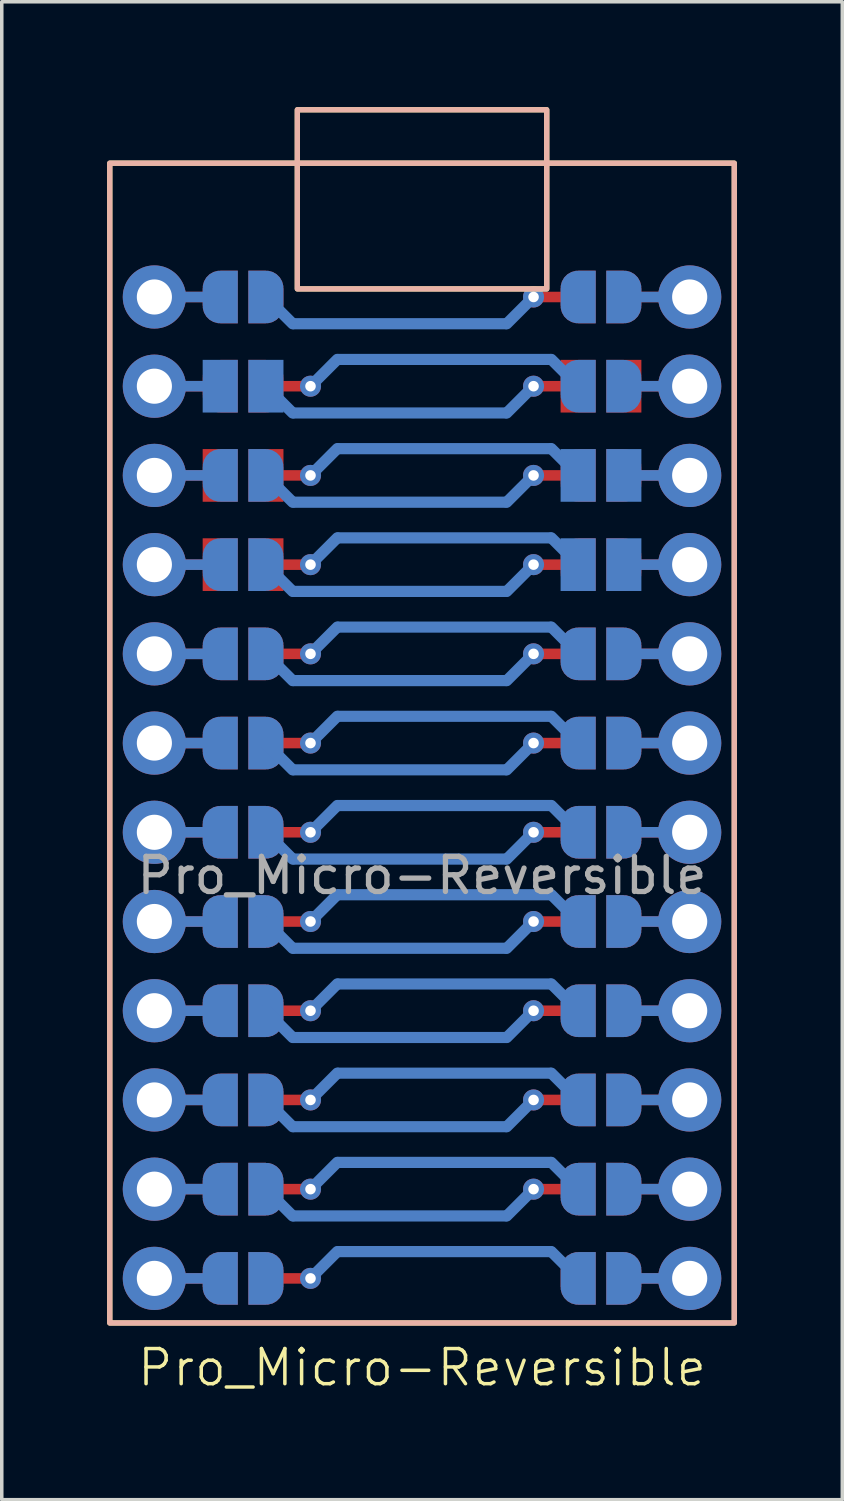
<source format=kicad_pcb>
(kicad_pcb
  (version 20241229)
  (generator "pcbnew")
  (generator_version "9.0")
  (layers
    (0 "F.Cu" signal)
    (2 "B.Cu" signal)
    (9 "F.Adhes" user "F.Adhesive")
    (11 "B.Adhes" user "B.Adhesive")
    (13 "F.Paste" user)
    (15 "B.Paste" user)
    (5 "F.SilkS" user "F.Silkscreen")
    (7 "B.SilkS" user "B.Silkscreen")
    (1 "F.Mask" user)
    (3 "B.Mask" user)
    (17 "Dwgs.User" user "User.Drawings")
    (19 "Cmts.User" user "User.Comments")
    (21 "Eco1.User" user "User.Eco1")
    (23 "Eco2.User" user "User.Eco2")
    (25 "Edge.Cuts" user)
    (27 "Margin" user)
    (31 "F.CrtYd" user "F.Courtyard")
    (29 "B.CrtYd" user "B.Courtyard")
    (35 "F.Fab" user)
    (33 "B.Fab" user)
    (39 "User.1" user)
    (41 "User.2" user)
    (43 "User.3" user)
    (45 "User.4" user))
  (footprint "Pro_Micro-Reversible"
    (layer "F.Cu")
    (at 8.965 19.375)
    (property "Reference" "Pro_Micro-Reversible" (at 0 16.51 0) (unlocked yes) (layer "F.SilkS") (effects (font (size 1 1) (thickness 0.1))))
    (attr through_hole)
    (fp_line (start -7.62 -13.97) (end -5.745 -13.97) (stroke (width 0.3) (type default)) (layer "F.Cu"))
    (fp_line (start -7.62 -11.43) (end -5.745 -11.43) (stroke (width 0.3) (type default)) (layer "F.Cu"))
    (fp_line (start -7.62 -6.35) (end -5.745 -6.35) (stroke (width 0.3) (type default)) (layer "F.Cu"))
    (fp_line (start -7.62 -3.81) (end -5.745 -3.81) (stroke (width 0.3) (type default)) (layer "F.Cu"))
    (fp_line (start -7.62 -1.27) (end -5.745 -1.27) (stroke (width 0.3) (type default)) (layer "F.Cu"))
    (fp_line (start -7.62 1.27) (end -5.745 1.27) (stroke (width 0.3) (type default)) (layer "F.Cu"))
    (fp_line (start -7.62 3.81) (end -5.745 3.81) (stroke (width 0.3) (type default)) (layer "F.Cu"))
    (fp_line (start -7.62 8.89) (end -5.745 8.89) (stroke (width 0.3) (type default)) (layer "F.Cu"))
    (fp_line (start -7.62 11.43) (end -5.745 11.43) (stroke (width 0.3) (type default)) (layer "F.Cu"))
    (fp_line (start -7.62 13.97) (end -5.745 13.97) (stroke (width 0.3) (type default)) (layer "F.Cu"))
    (fp_line (start -5.745 -8.89) (end -7.62 -8.89) (stroke (width 0.3) (type default)) (layer "F.Cu"))
    (fp_line (start -5.745 6.35) (end -7.62 6.35) (stroke (width 0.3) (type default)) (layer "F.Cu"))
    (fp_line (start 5.745 -13.97) (end 7.62 -13.97) (stroke (width 0.3) (type default)) (layer "F.Cu"))
    (fp_line (start 5.745 -11.43) (end 7.62 -11.43) (stroke (width 0.3) (type default)) (layer "F.Cu"))
    (fp_line (start 5.745 -6.35) (end 7.62 -6.35) (stroke (width 0.3) (type default)) (layer "F.Cu"))
    (fp_line (start 5.745 -3.81) (end 7.62 -3.81) (stroke (width 0.3) (type default)) (layer "F.Cu"))
    (fp_line (start 5.745 -1.27) (end 7.62 -1.27) (stroke (width 0.3) (type default)) (layer "F.Cu"))
    (fp_line (start 5.745 1.27) (end 7.62 1.27) (stroke (width 0.3) (type default)) (layer "F.Cu"))
    (fp_line (start 5.745 3.81) (end 7.62 3.81) (stroke (width 0.3) (type default)) (layer "F.Cu"))
    (fp_line (start 5.745 8.89) (end 7.62 8.89) (stroke (width 0.3) (type default)) (layer "F.Cu"))
    (fp_line (start 5.745 11.43) (end 7.62 11.43) (stroke (width 0.3) (type default)) (layer "F.Cu"))
    (fp_line (start 5.745 13.97) (end 7.62 13.97) (stroke (width 0.3) (type default)) (layer "F.Cu"))
    (fp_line (start 7.62 -8.89) (end 5.745 -8.89) (stroke (width 0.3) (type default)) (layer "F.Cu"))
    (fp_line (start 7.62 6.35) (end 5.745 6.35) (stroke (width 0.3) (type default)) (layer "F.Cu"))
    (fp_rect (start -5.745 -14.72) (end -4.445 -13.22) (stroke (width 0) (type solid)) (fill yes) (layer "F.Mask"))
    (fp_rect (start -5.745 -12.18) (end -4.445 -10.68) (stroke (width 0) (type solid)) (fill yes) (layer "F.Mask"))
    (fp_rect (start -5.745 -9.64) (end -4.445 -8.14) (stroke (width 0) (type solid)) (fill yes) (layer "F.Mask"))
    (fp_rect (start -5.745 -7.1) (end -4.445 -5.6) (stroke (width 0) (type solid)) (fill yes) (layer "F.Mask"))
    (fp_rect (start -5.745 -4.56) (end -4.445 -3.06) (stroke (width 0) (type solid)) (fill yes) (layer "F.Mask"))
    (fp_rect (start -5.745 -2.02) (end -4.445 -0.52) (stroke (width 0) (type solid)) (fill yes) (layer "F.Mask"))
    (fp_rect (start -5.745 0.52) (end -4.445 2.02) (stroke (width 0) (type solid)) (fill yes) (layer "F.Mask"))
    (fp_rect (start -5.745 3.06) (end -4.445 4.56) (stroke (width 0) (type solid)) (fill yes) (layer "F.Mask"))
    (fp_rect (start -5.745 5.6) (end -4.445 7.1) (stroke (width 0) (type solid)) (fill yes) (layer "F.Mask"))
    (fp_rect (start -5.745 8.14) (end -4.445 9.64) (stroke (width 0) (type solid)) (fill yes) (layer "F.Mask"))
    (fp_rect (start -5.745 10.68) (end -4.445 12.18) (stroke (width 0) (type solid)) (fill yes) (layer "F.Mask"))
    (fp_rect (start -5.745 13.22) (end -4.445 14.72) (stroke (width 0) (type solid)) (fill yes) (layer "F.Mask"))
    (fp_rect (start 4.445 -14.72) (end 5.745 -13.22) (stroke (width 0) (type solid)) (fill yes) (layer "F.Mask"))
    (fp_rect (start 4.445 -12.18) (end 5.745 -10.68) (stroke (width 0) (type solid)) (fill yes) (layer "F.Mask"))
    (fp_rect (start 4.445 -9.64) (end 5.745 -8.14) (stroke (width 0) (type solid)) (fill yes) (layer "F.Mask"))
    (fp_rect (start 4.445 -7.1) (end 5.745 -5.6) (stroke (width 0) (type solid)) (fill yes) (layer "F.Mask"))
    (fp_rect (start 4.445 -4.56) (end 5.745 -3.06) (stroke (width 0) (type solid)) (fill yes) (layer "F.Mask"))
    (fp_rect (start 4.445 -2.02) (end 5.745 -0.52) (stroke (width 0) (type solid)) (fill yes) (layer "F.Mask"))
    (fp_rect (start 4.445 0.52) (end 5.745 2.02) (stroke (width 0) (type solid)) (fill yes) (layer "F.Mask"))
    (fp_rect (start 4.445 3.06) (end 5.745 4.56) (stroke (width 0) (type solid)) (fill yes) (layer "F.Mask"))
    (fp_rect (start 4.445 5.6) (end 5.745 7.1) (stroke (width 0) (type solid)) (fill yes) (layer "F.Mask"))
    (fp_rect (start 4.445 8.14) (end 5.745 9.64) (stroke (width 0) (type solid)) (fill yes) (layer "F.Mask"))
    (fp_rect (start 4.445 10.68) (end 5.745 12.18) (stroke (width 0) (type solid)) (fill yes) (layer "F.Mask"))
    (fp_rect (start 4.445 13.22) (end 5.745 14.72) (stroke (width 0) (type solid)) (fill yes) (layer "F.Mask"))
    (fp_line (start -7.62 -8.89) (end -5.745 -8.89) (stroke (width 0.3) (type default)) (layer "B.Cu"))
    (fp_line (start -7.62 6.35) (end -5.745 6.35) (stroke (width 0.3) (type default)) (layer "B.Cu"))
    (fp_line (start -5.745 -13.97) (end -7.62 -13.97) (stroke (width 0.3) (type default)) (layer "B.Cu"))
    (fp_line (start -5.745 -11.43) (end -7.62 -11.43) (stroke (width 0.3) (type default)) (layer "B.Cu"))
    (fp_line (start -5.745 -6.35) (end -7.62 -6.35) (stroke (width 0.3) (type default)) (layer "B.Cu"))
    (fp_line (start -5.745 -3.81) (end -7.62 -3.81) (stroke (width 0.3) (type default)) (layer "B.Cu"))
    (fp_line (start -5.745 -1.27) (end -7.62 -1.27) (stroke (width 0.3) (type default)) (layer "B.Cu"))
    (fp_line (start -5.745 1.27) (end -7.62 1.27) (stroke (width 0.3) (type default)) (layer "B.Cu"))
    (fp_line (start -5.745 3.81) (end -7.62 3.81) (stroke (width 0.3) (type default)) (layer "B.Cu"))
    (fp_line (start -5.745 8.89) (end -7.62 8.89) (stroke (width 0.3) (type default)) (layer "B.Cu"))
    (fp_line (start -5.745 11.43) (end -7.62 11.43) (stroke (width 0.3) (type default)) (layer "B.Cu"))
    (fp_line (start -5.745 13.97) (end -7.62 13.97) (stroke (width 0.3) (type default)) (layer "B.Cu"))
    (fp_line (start 5.745 -8.89) (end 7.62 -8.89) (stroke (width 0.3) (type default)) (layer "B.Cu"))
    (fp_line (start 5.745 6.35) (end 7.62 6.35) (stroke (width 0.3) (type default)) (layer "B.Cu"))
    (fp_line (start 7.62 -13.97) (end 5.745 -13.97) (stroke (width 0.3) (type default)) (layer "B.Cu"))
    (fp_line (start 7.62 -11.43) (end 5.745 -11.43) (stroke (width 0.3) (type default)) (layer "B.Cu"))
    (fp_line (start 7.62 -6.35) (end 5.745 -6.35) (stroke (width 0.3) (type default)) (layer "B.Cu"))
    (fp_line (start 7.62 -3.81) (end 5.745 -3.81) (stroke (width 0.3) (type default)) (layer "B.Cu"))
    (fp_line (start 7.62 -1.27) (end 5.745 -1.27) (stroke (width 0.3) (type default)) (layer "B.Cu"))
    (fp_line (start 7.62 1.27) (end 5.745 1.27) (stroke (width 0.3) (type default)) (layer "B.Cu"))
    (fp_line (start 7.62 3.81) (end 5.745 3.81) (stroke (width 0.3) (type default)) (layer "B.Cu"))
    (fp_line (start 7.62 8.89) (end 5.745 8.89) (stroke (width 0.3) (type default)) (layer "B.Cu"))
    (fp_line (start 7.62 11.43) (end 5.745 11.43) (stroke (width 0.3) (type default)) (layer "B.Cu"))
    (fp_line (start 7.62 13.97) (end 5.745 13.97) (stroke (width 0.3) (type default)) (layer "B.Cu"))
    (fp_rect (start -5.745 -14.72) (end -4.445 -13.22) (stroke (width 0) (type solid)) (fill yes) (layer "B.Mask"))
    (fp_rect (start -5.745 -12.18) (end -4.445 -10.68) (stroke (width 0) (type solid)) (fill yes) (layer "B.Mask"))
    (fp_rect (start -5.745 -9.64) (end -4.445 -8.14) (stroke (width 0) (type solid)) (fill yes) (layer "B.Mask"))
    (fp_rect (start -5.745 -7.1) (end -4.445 -5.6) (stroke (width 0) (type solid)) (fill yes) (layer "B.Mask"))
    (fp_rect (start -5.745 -4.56) (end -4.445 -3.06) (stroke (width 0) (type solid)) (fill yes) (layer "B.Mask"))
    (fp_rect (start -5.745 -2.02) (end -4.445 -0.52) (stroke (width 0) (type solid)) (fill yes) (layer "B.Mask"))
    (fp_rect (start -5.745 0.52) (end -4.445 2.02) (stroke (width 0) (type solid)) (fill yes) (layer "B.Mask"))
    (fp_rect (start -5.745 3.06) (end -4.445 4.56) (stroke (width 0) (type solid)) (fill yes) (layer "B.Mask"))
    (fp_rect (start -5.745 5.6) (end -4.445 7.1) (stroke (width 0) (type solid)) (fill yes) (layer "B.Mask"))
    (fp_rect (start -5.745 8.14) (end -4.445 9.64) (stroke (width 0) (type solid)) (fill yes) (layer "B.Mask"))
    (fp_rect (start -5.745 10.68) (end -4.445 12.18) (stroke (width 0) (type solid)) (fill yes) (layer "B.Mask"))
    (fp_rect (start -5.745 13.22) (end -4.445 14.72) (stroke (width 0) (type solid)) (fill yes) (layer "B.Mask"))
    (fp_rect (start 4.445 -14.72) (end 5.745 -13.22) (stroke (width 0) (type solid)) (fill yes) (layer "B.Mask"))
    (fp_rect (start 4.445 -12.18) (end 5.745 -10.68) (stroke (width 0) (type solid)) (fill yes) (layer "B.Mask"))
    (fp_rect (start 4.445 -9.64) (end 5.745 -8.14) (stroke (width 0) (type solid)) (fill yes) (layer "B.Mask"))
    (fp_rect (start 4.445 -7.1) (end 5.745 -5.6) (stroke (width 0) (type solid)) (fill yes) (layer "B.Mask"))
    (fp_rect (start 4.445 -4.56) (end 5.745 -3.06) (stroke (width 0) (type solid)) (fill yes) (layer "B.Mask"))
    (fp_rect (start 4.445 -2.02) (end 5.745 -0.52) (stroke (width 0) (type solid)) (fill yes) (layer "B.Mask"))
    (fp_rect (start 4.445 0.52) (end 5.745 2.02) (stroke (width 0) (type solid)) (fill yes) (layer "B.Mask"))
    (fp_rect (start 4.445 3.06) (end 5.745 4.56) (stroke (width 0) (type solid)) (fill yes) (layer "B.Mask"))
    (fp_rect (start 4.445 5.6) (end 5.745 7.1) (stroke (width 0) (type solid)) (fill yes) (layer "B.Mask"))
    (fp_rect (start 4.445 8.14) (end 5.745 9.64) (stroke (width 0) (type solid)) (fill yes) (layer "B.Mask"))
    (fp_rect (start 4.445 10.68) (end 5.745 12.18) (stroke (width 0) (type solid)) (fill yes) (layer "B.Mask"))
    (fp_rect (start 4.445 13.22) (end 5.745 14.72) (stroke (width 0) (type solid)) (fill yes) (layer "B.Mask"))
    (fp_rect (start -8.89 -17.78) (end 8.89 15.24) (stroke (width 0.15) (type solid)) (fill no) (layer "F.SilkS"))
    (fp_rect (start -3.55 -19.3) (end 3.55 -14.2) (stroke (width 0.15) (type default)) (fill no) (layer "F.SilkS"))
    (fp_rect (start -8.89 -17.78) (end 8.89 15.24) (stroke (width 0.15) (type solid)) (fill no) (layer "B.SilkS"))
    (fp_rect (start -3.55 -19.3) (end 3.55 -14.2) (stroke (width 0.15) (type default)) (fill no) (layer "B.SilkS"))
    (fp_text user "${REFERENCE}" (at 0 2.5 0) (unlocked yes) (layer "F.Fab") (effects (font (size 1 1) (thickness 0.15))))
    (pad "" thru_hole circle (at -7.62 -13.97) (size 1.8 1.8) (drill 1) (layers "*.Cu" "B.Mask"))
    (pad "" thru_hole circle (at -7.62 -11.43) (size 1.8 1.8) (drill 1) (layers "*.Cu" "B.Mask"))
    (pad "" thru_hole circle (at -7.62 -8.89) (size 1.8 1.8) (drill 1) (layers "*.Cu" "B.Mask"))
    (pad "" thru_hole circle (at -7.62 -6.35) (size 1.8 1.8) (drill 1) (layers "*.Cu" "B.Mask"))
    (pad "" thru_hole circle (at -7.62 -3.81) (size 1.8 1.8) (drill 1) (layers "*.Cu" "B.Mask"))
    (pad "" thru_hole circle (at -7.62 -1.27) (size 1.8 1.8) (drill 1) (layers "*.Cu" "B.Mask"))
    (pad "" thru_hole circle (at -7.62 1.27) (size 1.8 1.8) (drill 1) (layers "*.Cu" "B.Mask"))
    (pad "" thru_hole circle (at -7.62 3.81) (size 1.8 1.8) (drill 1) (layers "*.Cu" "B.Mask"))
    (pad "" thru_hole circle (at -7.62 6.35) (size 1.8 1.8) (drill 1) (layers "*.Cu" "B.Mask"))
    (pad "" thru_hole circle (at -7.62 8.89) (size 1.8 1.8) (drill 1) (layers "*.Cu" "B.Mask"))
    (pad "" thru_hole circle (at -7.62 11.43) (size 1.8 1.8) (drill 1) (layers "*.Cu" "B.Mask"))
    (pad "" thru_hole circle (at -7.62 13.97) (size 1.8 1.8) (drill 1) (layers "*.Cu" "B.Mask"))
    (pad "" smd custom (at -5.745 -13.97 180) (size 1 0.5) (layers "F.Cu" "F.Mask") (options (anchor rect)) (primitives (gr_circle (center 0 0.25) (end 0.5 0.25) (width 0) (fill yes)) (gr_circle (center 0 -0.25) (end 0.5 -0.25) (width 0) (fill yes)) (gr_poly (pts (xy 0 0.75) (xy -0.5 0.75) (xy -0.5 -0.75) (xy 0 -0.75)) (width 0) (fill yes))))
    (pad "" smd custom (at -5.745 -13.97) (size 1 0.5) (layers "B.Cu" "B.Mask") (options (anchor rect)) (primitives (gr_circle (center 0 0.25) (end -0.5 0.25) (width 0) (fill yes)) (gr_circle (center 0 -0.25) (end -0.5 -0.25) (width 0) (fill yes)) (gr_poly (pts (xy 0 0.75) (xy 0.5 0.75) (xy 0.5 -0.75) (xy 0 -0.75)) (width 0) (fill yes))))
    (pad "" smd custom (at -5.745 -11.43 180) (size 1 0.5) (layers "F.Cu" "F.Mask") (options (anchor rect)) (primitives (gr_circle (center 0 0.25) (end 0.5 0.25) (width 0) (fill yes)) (gr_circle (center 0 -0.25) (end 0.5 -0.25) (width 0) (fill yes)) (gr_poly (pts (xy 0 0.75) (xy -0.5 0.75) (xy -0.5 -0.75) (xy 0 -0.75)) (width 0) (fill yes))))
    (pad "" smd rect (at -5.745 -11.43) (size 1 1.5) (layers "B.Cu" "B.Mask"))
    (pad "" smd custom (at -5.745 -8.89) (size 1 0.5) (layers "B.Cu" "B.Mask") (options (anchor rect)) (primitives (gr_circle (center 0 0.25) (end -0.5 0.25) (width 0) (fill yes)) (gr_circle (center 0 -0.25) (end -0.5 -0.25) (width 0) (fill yes)) (gr_poly (pts (xy 0 0.75) (xy 0.5 0.75) (xy 0.5 -0.75) (xy 0 -0.75)) (width 0) (fill yes))))
    (pad "" smd rect (at -5.745 -8.89 180) (size 1 1.5) (layers "F.Cu" "F.Mask"))
    (pad "" smd custom (at -5.745 -6.35) (size 1 0.5) (layers "B.Cu" "B.Mask") (options (anchor rect)) (primitives (gr_circle (center 0 0.25) (end -0.5 0.25) (width 0) (fill yes)) (gr_circle (center 0 -0.25) (end -0.5 -0.25) (width 0) (fill yes)) (gr_poly (pts (xy 0 0.75) (xy 0.5 0.75) (xy 0.5 -0.75) (xy 0 -0.75)) (width 0) (fill yes))))
    (pad "" smd rect (at -5.745 -6.35 180) (size 1 1.5) (layers "F.Cu" "F.Mask"))
    (pad "" smd custom (at -5.745 -3.81 180) (size 1 0.5) (layers "F.Cu" "F.Mask") (options (anchor rect)) (primitives (gr_circle (center 0 0.25) (end 0.5 0.25) (width 0) (fill yes)) (gr_circle (center 0 -0.25) (end 0.5 -0.25) (width 0) (fill yes)) (gr_poly (pts (xy 0 0.75) (xy -0.5 0.75) (xy -0.5 -0.75) (xy 0 -0.75)) (width 0) (fill yes))))
    (pad "" smd custom (at -5.745 -3.81) (size 1 0.5) (layers "B.Cu" "B.Mask") (options (anchor rect)) (primitives (gr_circle (center 0 0.25) (end -0.5 0.25) (width 0) (fill yes)) (gr_circle (center 0 -0.25) (end -0.5 -0.25) (width 0) (fill yes)) (gr_poly (pts (xy 0 0.75) (xy 0.5 0.75) (xy 0.5 -0.75) (xy 0 -0.75)) (width 0) (fill yes))))
    (pad "" smd custom (at -5.745 -1.27 180) (size 1 0.5) (layers "F.Cu" "F.Mask") (options (anchor rect)) (primitives (gr_circle (center 0 0.25) (end 0.5 0.25) (width 0) (fill yes)) (gr_circle (center 0 -0.25) (end 0.5 -0.25) (width 0) (fill yes)) (gr_poly (pts (xy 0 0.75) (xy -0.5 0.75) (xy -0.5 -0.75) (xy 0 -0.75)) (width 0) (fill yes))))
    (pad "" smd custom (at -5.745 -1.27) (size 1 0.5) (layers "B.Cu" "B.Mask") (options (anchor rect)) (primitives (gr_circle (center 0 0.25) (end -0.5 0.25) (width 0) (fill yes)) (gr_circle (center 0 -0.25) (end -0.5 -0.25) (width 0) (fill yes)) (gr_poly (pts (xy 0 0.75) (xy 0.5 0.75) (xy 0.5 -0.75) (xy 0 -0.75)) (width 0) (fill yes))))
    (pad "" smd custom (at -5.745 1.27 180) (size 1 0.5) (layers "F.Cu" "F.Mask") (options (anchor rect)) (primitives (gr_circle (center 0 0.25) (end 0.5 0.25) (width 0) (fill yes)) (gr_circle (center 0 -0.25) (end 0.5 -0.25) (width 0) (fill yes)) (gr_poly (pts (xy 0 0.75) (xy -0.5 0.75) (xy -0.5 -0.75) (xy 0 -0.75)) (width 0) (fill yes))))
    (pad "" smd custom (at -5.745 1.27) (size 1 0.5) (layers "B.Cu" "B.Mask") (options (anchor rect)) (primitives (gr_circle (center 0 0.25) (end -0.5 0.25) (width 0) (fill yes)) (gr_circle (center 0 -0.25) (end -0.5 -0.25) (width 0) (fill yes)) (gr_poly (pts (xy 0 0.75) (xy 0.5 0.75) (xy 0.5 -0.75) (xy 0 -0.75)) (width 0) (fill yes))))
    (pad "" smd custom (at -5.745 3.81 180) (size 1 0.5) (layers "F.Cu" "F.Mask") (options (anchor rect)) (primitives (gr_circle (center 0 0.25) (end 0.5 0.25) (width 0) (fill yes)) (gr_circle (center 0 -0.25) (end 0.5 -0.25) (width 0) (fill yes)) (gr_poly (pts (xy 0 0.75) (xy -0.5 0.75) (xy -0.5 -0.75) (xy 0 -0.75)) (width 0) (fill yes))))
    (pad "" smd custom (at -5.745 3.81) (size 1 0.5) (layers "B.Cu" "B.Mask") (options (anchor rect)) (primitives (gr_circle (center 0 0.25) (end -0.5 0.25) (width 0) (fill yes)) (gr_circle (center 0 -0.25) (end -0.5 -0.25) (width 0) (fill yes)) (gr_poly (pts (xy 0 0.75) (xy 0.5 0.75) (xy 0.5 -0.75) (xy 0 -0.75)) (width 0) (fill yes))))
    (pad "" smd custom (at -5.745 6.35 180) (size 1 0.5) (layers "F.Cu" "F.Mask") (options (anchor rect)) (primitives (gr_circle (center 0 0.25) (end 0.5 0.25) (width 0) (fill yes)) (gr_circle (center 0 -0.25) (end 0.5 -0.25) (width 0) (fill yes)) (gr_poly (pts (xy 0 0.75) (xy -0.5 0.75) (xy -0.5 -0.75) (xy 0 -0.75)) (width 0) (fill yes))))
    (pad "" smd custom (at -5.745 6.35) (size 1 0.5) (layers "B.Cu" "B.Mask") (options (anchor rect)) (primitives (gr_circle (center 0 0.25) (end -0.5 0.25) (width 0) (fill yes)) (gr_circle (center 0 -0.25) (end -0.5 -0.25) (width 0) (fill yes)) (gr_poly (pts (xy 0 0.75) (xy 0.5 0.75) (xy 0.5 -0.75) (xy 0 -0.75)) (width 0) (fill yes))))
    (pad "" smd custom (at -5.745 8.89 180) (size 1 0.5) (layers "F.Cu" "F.Mask") (options (anchor rect)) (primitives (gr_circle (center 0 0.25) (end 0.5 0.25) (width 0) (fill yes)) (gr_circle (center 0 -0.25) (end 0.5 -0.25) (width 0) (fill yes)) (gr_poly (pts (xy 0 0.75) (xy -0.5 0.75) (xy -0.5 -0.75) (xy 0 -0.75)) (width 0) (fill yes))))
    (pad "" smd custom (at -5.745 8.89) (size 1 0.5) (layers "B.Cu" "B.Mask") (options (anchor rect)) (primitives (gr_circle (center 0 0.25) (end -0.5 0.25) (width 0) (fill yes)) (gr_circle (center 0 -0.25) (end -0.5 -0.25) (width 0) (fill yes)) (gr_poly (pts (xy 0 0.75) (xy 0.5 0.75) (xy 0.5 -0.75) (xy 0 -0.75)) (width 0) (fill yes))))
    (pad "" smd custom (at -5.745 11.43 180) (size 1 0.5) (layers "F.Cu" "F.Mask") (options (anchor rect)) (primitives (gr_circle (center 0 0.25) (end 0.5 0.25) (width 0) (fill yes)) (gr_circle (center 0 -0.25) (end 0.5 -0.25) (width 0) (fill yes)) (gr_poly (pts (xy 0 0.75) (xy -0.5 0.75) (xy -0.5 -0.75) (xy 0 -0.75)) (width 0) (fill yes))))
    (pad "" smd custom (at -5.745 11.43) (size 1 0.5) (layers "B.Cu" "B.Mask") (options (anchor rect)) (primitives (gr_circle (center 0 0.25) (end -0.5 0.25) (width 0) (fill yes)) (gr_circle (center 0 -0.25) (end -0.5 -0.25) (width 0) (fill yes)) (gr_poly (pts (xy 0 0.75) (xy 0.5 0.75) (xy 0.5 -0.75) (xy 0 -0.75)) (width 0) (fill yes))))
    (pad "" smd custom (at -5.745 13.97 180) (size 1 0.5) (layers "F.Cu" "F.Mask") (options (anchor rect)) (primitives (gr_circle (center 0 0.25) (end 0.5 0.25) (width 0) (fill yes)) (gr_circle (center 0 -0.25) (end 0.5 -0.25) (width 0) (fill yes)) (gr_poly (pts (xy 0 0.75) (xy -0.5 0.75) (xy -0.5 -0.75) (xy 0 -0.75)) (width 0) (fill yes))))
    (pad "" smd custom (at -5.745 13.97) (size 1 0.5) (layers "B.Cu" "B.Mask") (options (anchor rect)) (primitives (gr_circle (center 0 0.25) (end -0.5 0.25) (width 0) (fill yes)) (gr_circle (center 0 -0.25) (end -0.5 -0.25) (width 0) (fill yes)) (gr_poly (pts (xy 0 0.75) (xy 0.5 0.75) (xy 0.5 -0.75) (xy 0 -0.75)) (width 0) (fill yes))))
    (pad "" smd custom (at 5.745 -13.97) (size 1 0.5) (layers "F.Cu" "F.Mask") (options (anchor rect)) (primitives (gr_circle (center 0 0.25) (end 0.5 0.25) (width 0) (fill yes)) (gr_circle (center 0 -0.25) (end 0.5 -0.25) (width 0) (fill yes)) (gr_poly (pts (xy 0 0.75) (xy -0.5 0.75) (xy -0.5 -0.75) (xy 0 -0.75)) (width 0) (fill yes))))
    (pad "" smd custom (at 5.745 -13.97 180) (size 1 0.5) (layers "B.Cu" "B.Mask") (options (anchor rect)) (primitives (gr_circle (center 0 0.25) (end -0.5 0.25) (width 0) (fill yes)) (gr_circle (center 0 -0.25) (end -0.5 -0.25) (width 0) (fill yes)) (gr_poly (pts (xy 0 0.75) (xy 0.5 0.75) (xy 0.5 -0.75) (xy 0 -0.75)) (width 0) (fill yes))))
    (pad "" smd custom (at 5.745 -11.43 180) (size 1 0.5) (layers "B.Cu" "B.Mask") (options (anchor rect)) (primitives (gr_circle (center 0 0.25) (end -0.5 0.25) (width 0) (fill yes)) (gr_circle (center 0 -0.25) (end -0.5 -0.25) (width 0) (fill yes)) (gr_poly (pts (xy 0 0.75) (xy 0.5 0.75) (xy 0.5 -0.75) (xy 0 -0.75)) (width 0) (fill yes))))
    (pad "" smd rect (at 5.745 -11.43) (size 1 1.5) (layers "F.Cu" "F.Mask"))
    (pad "" smd custom (at 5.745 -8.89) (size 1 0.5) (layers "F.Cu" "F.Mask") (options (anchor rect)) (primitives (gr_circle (center 0 0.25) (end 0.5 0.25) (width 0) (fill yes)) (gr_circle (center 0 -0.25) (end 0.5 -0.25) (width 0) (fill yes)) (gr_poly (pts (xy 0 0.75) (xy -0.5 0.75) (xy -0.5 -0.75) (xy 0 -0.75)) (width 0) (fill yes))))
    (pad "" smd rect (at 5.745 -8.89 180) (size 1 1.5) (layers "B.Cu" "B.Mask"))
    (pad "" smd custom (at 5.745 -6.35) (size 1 0.5) (layers "F.Cu" "F.Mask") (options (anchor rect)) (primitives (gr_circle (center 0 0.25) (end 0.5 0.25) (width 0) (fill yes)) (gr_circle (center 0 -0.25) (end 0.5 -0.25) (width 0) (fill yes)) (gr_poly (pts (xy 0 0.75) (xy -0.5 0.75) (xy -0.5 -0.75) (xy 0 -0.75)) (width 0) (fill yes))))
    (pad "" smd rect (at 5.745 -6.35 180) (size 1 1.5) (layers "B.Cu" "B.Mask"))
    (pad "" smd custom (at 5.745 -3.81) (size 1 0.5) (layers "F.Cu" "F.Mask") (options (anchor rect)) (primitives (gr_circle (center 0 0.25) (end 0.5 0.25) (width 0) (fill yes)) (gr_circle (center 0 -0.25) (end 0.5 -0.25) (width 0) (fill yes)) (gr_poly (pts (xy 0 0.75) (xy -0.5 0.75) (xy -0.5 -0.75) (xy 0 -0.75)) (width 0) (fill yes))))
    (pad "" smd custom (at 5.745 -3.81 180) (size 1 0.5) (layers "B.Cu" "B.Mask") (options (anchor rect)) (primitives (gr_circle (center 0 0.25) (end -0.5 0.25) (width 0) (fill yes)) (gr_circle (center 0 -0.25) (end -0.5 -0.25) (width 0) (fill yes)) (gr_poly (pts (xy 0 0.75) (xy 0.5 0.75) (xy 0.5 -0.75) (xy 0 -0.75)) (width 0) (fill yes))))
    (pad "" smd custom (at 5.745 -1.27) (size 1 0.5) (layers "F.Cu" "F.Mask") (options (anchor rect)) (primitives (gr_circle (center 0 0.25) (end 0.5 0.25) (width 0) (fill yes)) (gr_circle (center 0 -0.25) (end 0.5 -0.25) (width 0) (fill yes)) (gr_poly (pts (xy 0 0.75) (xy -0.5 0.75) (xy -0.5 -0.75) (xy 0 -0.75)) (width 0) (fill yes))))
    (pad "" smd custom (at 5.745 -1.27 180) (size 1 0.5) (layers "B.Cu" "B.Mask") (options (anchor rect)) (primitives (gr_circle (center 0 0.25) (end -0.5 0.25) (width 0) (fill yes)) (gr_circle (center 0 -0.25) (end -0.5 -0.25) (width 0) (fill yes)) (gr_poly (pts (xy 0 0.75) (xy 0.5 0.75) (xy 0.5 -0.75) (xy 0 -0.75)) (width 0) (fill yes))))
    (pad "" smd custom (at 5.745 1.27) (size 1 0.5) (layers "F.Cu" "F.Mask") (options (anchor rect)) (primitives (gr_circle (center 0 0.25) (end 0.5 0.25) (width 0) (fill yes)) (gr_circle (center 0 -0.25) (end 0.5 -0.25) (width 0) (fill yes)) (gr_poly (pts (xy 0 0.75) (xy -0.5 0.75) (xy -0.5 -0.75) (xy 0 -0.75)) (width 0) (fill yes))))
    (pad "" smd custom (at 5.745 1.27 180) (size 1 0.5) (layers "B.Cu" "B.Mask") (options (anchor rect)) (primitives (gr_circle (center 0 0.25) (end -0.5 0.25) (width 0) (fill yes)) (gr_circle (center 0 -0.25) (end -0.5 -0.25) (width 0) (fill yes)) (gr_poly (pts (xy 0 0.75) (xy 0.5 0.75) (xy 0.5 -0.75) (xy 0 -0.75)) (width 0) (fill yes))))
    (pad "" smd custom (at 5.745 3.81) (size 1 0.5) (layers "F.Cu" "F.Mask") (options (anchor rect)) (primitives (gr_circle (center 0 0.25) (end 0.5 0.25) (width 0) (fill yes)) (gr_circle (center 0 -0.25) (end 0.5 -0.25) (width 0) (fill yes)) (gr_poly (pts (xy 0 0.75) (xy -0.5 0.75) (xy -0.5 -0.75) (xy 0 -0.75)) (width 0) (fill yes))))
    (pad "" smd custom (at 5.745 3.81 180) (size 1 0.5) (layers "B.Cu" "B.Mask") (options (anchor rect)) (primitives (gr_circle (center 0 0.25) (end -0.5 0.25) (width 0) (fill yes)) (gr_circle (center 0 -0.25) (end -0.5 -0.25) (width 0) (fill yes)) (gr_poly (pts (xy 0 0.75) (xy 0.5 0.75) (xy 0.5 -0.75) (xy 0 -0.75)) (width 0) (fill yes))))
    (pad "" smd custom (at 5.745 6.35) (size 1 0.5) (layers "F.Cu" "F.Mask") (options (anchor rect)) (primitives (gr_circle (center 0 0.25) (end 0.5 0.25) (width 0) (fill yes)) (gr_circle (center 0 -0.25) (end 0.5 -0.25) (width 0) (fill yes)) (gr_poly (pts (xy 0 0.75) (xy -0.5 0.75) (xy -0.5 -0.75) (xy 0 -0.75)) (width 0) (fill yes))))
    (pad "" smd custom (at 5.745 6.35 180) (size 1 0.5) (layers "B.Cu" "B.Mask") (options (anchor rect)) (primitives (gr_circle (center 0 0.25) (end -0.5 0.25) (width 0) (fill yes)) (gr_circle (center 0 -0.25) (end -0.5 -0.25) (width 0) (fill yes)) (gr_poly (pts (xy 0 0.75) (xy 0.5 0.75) (xy 0.5 -0.75) (xy 0 -0.75)) (width 0) (fill yes))))
    (pad "" smd custom (at 5.745 8.89) (size 1 0.5) (layers "F.Cu" "F.Mask") (options (anchor rect)) (primitives (gr_circle (center 0 0.25) (end 0.5 0.25) (width 0) (fill yes)) (gr_circle (center 0 -0.25) (end 0.5 -0.25) (width 0) (fill yes)) (gr_poly (pts (xy 0 0.75) (xy -0.5 0.75) (xy -0.5 -0.75) (xy 0 -0.75)) (width 0) (fill yes))))
    (pad "" smd custom (at 5.745 8.89 180) (size 1 0.5) (layers "B.Cu" "B.Mask") (options (anchor rect)) (primitives (gr_circle (center 0 0.25) (end -0.5 0.25) (width 0) (fill yes)) (gr_circle (center 0 -0.25) (end -0.5 -0.25) (width 0) (fill yes)) (gr_poly (pts (xy 0 0.75) (xy 0.5 0.75) (xy 0.5 -0.75) (xy 0 -0.75)) (width 0) (fill yes))))
    (pad "" smd custom (at 5.745 11.43) (size 1 0.5) (layers "F.Cu" "F.Mask") (options (anchor rect)) (primitives (gr_circle (center 0 0.25) (end 0.5 0.25) (width 0) (fill yes)) (gr_circle (center 0 -0.25) (end 0.5 -0.25) (width 0) (fill yes)) (gr_poly (pts (xy 0 0.75) (xy -0.5 0.75) (xy -0.5 -0.75) (xy 0 -0.75)) (width 0) (fill yes))))
    (pad "" smd custom (at 5.745 11.43 180) (size 1 0.5) (layers "B.Cu" "B.Mask") (options (anchor rect)) (primitives (gr_circle (center 0 0.25) (end -0.5 0.25) (width 0) (fill yes)) (gr_circle (center 0 -0.25) (end -0.5 -0.25) (width 0) (fill yes)) (gr_poly (pts (xy 0 0.75) (xy 0.5 0.75) (xy 0.5 -0.75) (xy 0 -0.75)) (width 0) (fill yes))))
    (pad "" smd custom (at 5.745 13.97) (size 1 0.5) (layers "F.Cu" "F.Mask") (options (anchor rect)) (primitives (gr_circle (center 0 0.25) (end 0.5 0.25) (width 0) (fill yes)) (gr_circle (center 0 -0.25) (end 0.5 -0.25) (width 0) (fill yes)) (gr_poly (pts (xy 0 0.75) (xy -0.5 0.75) (xy -0.5 -0.75) (xy 0 -0.75)) (width 0) (fill yes))))
    (pad "" smd custom (at 5.745 13.97 180) (size 1 0.5) (layers "B.Cu" "B.Mask") (options (anchor rect)) (primitives (gr_circle (center 0 0.25) (end -0.5 0.25) (width 0) (fill yes)) (gr_circle (center 0 -0.25) (end -0.5 -0.25) (width 0) (fill yes)) (gr_poly (pts (xy 0 0.75) (xy 0.5 0.75) (xy 0.5 -0.75) (xy 0 -0.75)) (width 0) (fill yes))))
    (pad "" thru_hole circle (at 7.62 -13.97) (size 1.8 1.8) (drill 1) (layers "*.Cu" "B.Mask"))
    (pad "" thru_hole circle (at 7.62 -11.43) (size 1.8 1.8) (drill 1) (layers "*.Cu" "B.Mask"))
    (pad "" thru_hole circle (at 7.62 -8.89) (size 1.8 1.8) (drill 1) (layers "*.Cu" "B.Mask"))
    (pad "" thru_hole circle (at 7.62 -6.35) (size 1.8 1.8) (drill 1) (layers "*.Cu" "B.Mask"))
    (pad "" thru_hole circle (at 7.62 -3.81) (size 1.8 1.8) (drill 1) (layers "*.Cu" "B.Mask"))
    (pad "" thru_hole circle (at 7.62 -1.27) (size 1.8 1.8) (drill 1) (layers "*.Cu" "B.Mask"))
    (pad "" thru_hole circle (at 7.62 1.27) (size 1.8 1.8) (drill 1) (layers "*.Cu" "B.Mask"))
    (pad "" thru_hole circle (at 7.62 3.81) (size 1.8 1.8) (drill 1) (layers "*.Cu" "B.Mask"))
    (pad "" thru_hole circle (at 7.62 6.35) (size 1.8 1.8) (drill 1) (layers "*.Cu" "B.Mask"))
    (pad "" thru_hole circle (at 7.62 8.89) (size 1.8 1.8) (drill 1) (layers "*.Cu" "B.Mask"))
    (pad "" thru_hole circle (at 7.62 11.43) (size 1.8 1.8) (drill 1) (layers "*.Cu" "B.Mask"))
    (pad "" thru_hole circle (at 7.62 13.97) (size 1.8 1.8) (drill 1) (layers "*.Cu" "B.Mask"))
    (pad "1" smd custom (at -4.445 -13.97 180) (size 1 0.5) (layers "F.Cu" "F.Mask") (options (anchor rect)) (primitives (gr_circle (center 0 0.25) (end 0.5 0.25) (width 0) (fill yes)) (gr_circle (center 0 -0.25) (end 0.5 -0.25) (width 0) (fill yes)) (gr_poly (pts (xy 0.5 0.75) (xy 0 0.75) (xy 0 -0.75) (xy 0.5 -0.75)) (width 0) (fill yes))))
    (pad "1" smd custom (at 4.445 -13.97 180) (size 1 0.5) (layers "B.Cu" "B.Mask") (options (anchor rect)) (primitives (gr_circle (center 0 0.25) (end -0.5 0.25) (width 0) (fill yes)) (gr_circle (center 0 -0.25) (end -0.5 -0.25) (width 0) (fill yes)) (gr_poly (pts (xy -0.5 0.75) (xy 0 0.75) (xy 0 -0.75) (xy -0.5 -0.75)) (width 0) (fill yes))))
    (pad "2" smd custom (at -4.445 -11.43 180) (size 1 0.5) (layers "F.Cu" "F.Mask") (options (anchor rect)) (primitives (gr_circle (center 0 0.25) (end 0.5 0.25) (width 0) (fill yes)) (gr_circle (center 0 -0.25) (end 0.5 -0.25) (width 0) (fill yes)) (gr_poly (pts (xy 0.5 0.75) (xy 0 0.75) (xy 0 -0.75) (xy 0.5 -0.75)) (width 0) (fill yes))))
    (pad "2" smd oval (at -3.81 -11.43) (size 1.57 0.3) (layers "F.Cu"))
    (pad "2" thru_hole circle (at -3.175 -11.43) (size 0.6 0.6) (drill 0.3) (layers "*.Cu"))
    (pad "2" smd oval (at -2.794 -11.811 45) (size 1.397 0.318) (layers "B.Cu"))
    (pad "2" smd oval (at 0.635 -12.192) (size 6.35 0.318) (layers "B.Cu"))
    (pad "2" smd oval (at 4.064 -11.811 135) (size 1.397 0.318) (layers "B.Cu"))
    (pad "2" smd custom (at 4.445 -11.43 180) (size 1 0.5) (layers "B.Cu" "B.Mask") (options (anchor rect)) (primitives (gr_circle (center 0 0.25) (end -0.5 0.25) (width 0) (fill yes)) (gr_circle (center 0 -0.25) (end -0.5 -0.25) (width 0) (fill yes)) (gr_poly (pts (xy -0.5 0.75) (xy 0 0.75) (xy 0 -0.75) (xy -0.5 -0.75)) (width 0) (fill yes))))
    (pad "3" smd rect (at -4.445 -8.89 180) (size 1 1.5) (layers "F.Cu" "F.Mask"))
    (pad "3" smd oval (at -3.81 -8.89) (size 1.57 0.3) (layers "F.Cu"))
    (pad "3" thru_hole circle (at -3.175 -8.89) (size 0.6 0.6) (drill 0.3) (layers "*.Cu"))
    (pad "3" smd oval (at -2.794 -9.271 45) (size 1.397 0.318) (layers "B.Cu"))
    (pad "3" smd oval (at 0.635 -9.652) (size 6.35 0.318) (layers "B.Cu"))
    (pad "3" smd oval (at 4.064 -9.271 135) (size 1.397 0.318) (layers "B.Cu"))
    (pad "3" smd rect (at 4.445 -8.89 180) (size 1 1.5) (layers "B.Cu" "B.Mask"))
    (pad "4" smd rect (at -4.445 -6.35 180) (size 1 1.5) (layers "F.Cu" "F.Mask"))
    (pad "4" smd oval (at -3.81 -6.35) (size 1.57 0.3) (layers "F.Cu"))
    (pad "4" thru_hole circle (at -3.175 -6.35) (size 0.6 0.6) (drill 0.3) (layers "*.Cu"))
    (pad "4" smd oval (at -2.794 -6.731 45) (size 1.397 0.318) (layers "B.Cu"))
    (pad "4" smd oval (at 0.635 -7.112) (size 6.35 0.318) (layers "B.Cu"))
    (pad "4" smd oval (at 4.064 -6.731 135) (size 1.397 0.318) (layers "B.Cu"))
    (pad "4" smd rect (at 4.445 -6.35 180) (size 1 1.5) (layers "B.Cu" "B.Mask"))
    (pad "5" smd custom (at -4.445 -3.81 180) (size 1 0.5) (layers "F.Cu" "F.Mask") (options (anchor rect)) (primitives (gr_circle (center 0 0.25) (end 0.5 0.25) (width 0) (fill yes)) (gr_circle (center 0 -0.25) (end 0.5 -0.25) (width 0) (fill yes)) (gr_poly (pts (xy 0.5 0.75) (xy 0 0.75) (xy 0 -0.75) (xy 0.5 -0.75)) (width 0) (fill yes))))
    (pad "5" smd oval (at -3.81 -3.81) (size 1.57 0.3) (layers "F.Cu"))
    (pad "5" thru_hole circle (at -3.175 -3.81) (size 0.6 0.6) (drill 0.3) (layers "*.Cu"))
    (pad "5" smd oval (at -2.794 -4.191 45) (size 1.397 0.318) (layers "B.Cu"))
    (pad "5" smd oval (at 0.635 -4.572) (size 6.35 0.318) (layers "B.Cu"))
    (pad "5" smd oval (at 4.064 -4.191 135) (size 1.397 0.318) (layers "B.Cu"))
    (pad "5" smd custom (at 4.445 -3.81 180) (size 1 0.5) (layers "B.Cu" "B.Mask") (options (anchor rect)) (primitives (gr_circle (center 0 0.25) (end -0.5 0.25) (width 0) (fill yes)) (gr_circle (center 0 -0.25) (end -0.5 -0.25) (width 0) (fill yes)) (gr_poly (pts (xy -0.5 0.75) (xy 0 0.75) (xy 0 -0.75) (xy -0.5 -0.75)) (width 0) (fill yes))))
    (pad "6" smd custom (at -4.445 -1.27 180) (size 1 0.5) (layers "F.Cu" "F.Mask") (options (anchor rect)) (primitives (gr_circle (center 0 0.25) (end 0.5 0.25) (width 0) (fill yes)) (gr_circle (center 0 -0.25) (end 0.5 -0.25) (width 0) (fill yes)) (gr_poly (pts (xy 0.5 0.75) (xy 0 0.75) (xy 0 -0.75) (xy 0.5 -0.75)) (width 0) (fill yes))))
    (pad "6" smd oval (at -3.81 -1.27) (size 1.57 0.3) (layers "F.Cu"))
    (pad "6" thru_hole circle (at -3.175 -1.27) (size 0.6 0.6) (drill 0.3) (layers "*.Cu"))
    (pad "6" smd oval (at -2.794 -1.651 45) (size 1.397 0.318) (layers "B.Cu"))
    (pad "6" smd oval (at 0.635 -2.032) (size 6.35 0.318) (layers "B.Cu"))
    (pad "6" smd oval (at 4.064 -1.651 135) (size 1.397 0.318) (layers "B.Cu"))
    (pad "6" smd custom (at 4.445 -1.27 180) (size 1 0.5) (layers "B.Cu" "B.Mask") (options (anchor rect)) (primitives (gr_circle (center 0 0.25) (end -0.5 0.25) (width 0) (fill yes)) (gr_circle (center 0 -0.25) (end -0.5 -0.25) (width 0) (fill yes)) (gr_poly (pts (xy -0.5 0.75) (xy 0 0.75) (xy 0 -0.75) (xy -0.5 -0.75)) (width 0) (fill yes))))
    (pad "7" smd custom (at -4.445 1.27 180) (size 1 0.5) (layers "F.Cu" "F.Mask") (options (anchor rect)) (primitives (gr_circle (center 0 0.25) (end 0.5 0.25) (width 0) (fill yes)) (gr_circle (center 0 -0.25) (end 0.5 -0.25) (width 0) (fill yes)) (gr_poly (pts (xy 0.5 0.75) (xy 0 0.75) (xy 0 -0.75) (xy 0.5 -0.75)) (width 0) (fill yes))))
    (pad "7" smd oval (at -3.81 1.27) (size 1.57 0.3) (layers "F.Cu"))
    (pad "7" thru_hole circle (at -3.175 1.27) (size 0.6 0.6) (drill 0.3) (layers "*.Cu"))
    (pad "7" smd oval (at -2.794 0.889 45) (size 1.397 0.318) (layers "B.Cu"))
    (pad "7" smd oval (at 0.635 0.508) (size 6.35 0.318) (layers "B.Cu"))
    (pad "7" smd oval (at 4.064 0.889 135) (size 1.397 0.318) (layers "B.Cu"))
    (pad "7" smd custom (at 4.445 1.27 180) (size 1 0.5) (layers "B.Cu" "B.Mask") (options (anchor rect)) (primitives (gr_circle (center 0 0.25) (end -0.5 0.25) (width 0) (fill yes)) (gr_circle (center 0 -0.25) (end -0.5 -0.25) (width 0) (fill yes)) (gr_poly (pts (xy -0.5 0.75) (xy 0 0.75) (xy 0 -0.75) (xy -0.5 -0.75)) (width 0) (fill yes))))
    (pad "8" smd custom (at -4.445 3.81 180) (size 1 0.5) (layers "F.Cu" "F.Mask") (options (anchor rect)) (primitives (gr_circle (center 0 0.25) (end 0.5 0.25) (width 0) (fill yes)) (gr_circle (center 0 -0.25) (end 0.5 -0.25) (width 0) (fill yes)) (gr_poly (pts (xy 0.5 0.75) (xy 0 0.75) (xy 0 -0.75) (xy 0.5 -0.75)) (width 0) (fill yes))))
    (pad "8" smd oval (at -3.81 3.81) (size 1.57 0.3) (layers "F.Cu"))
    (pad "8" thru_hole circle (at -3.175 3.81) (size 0.6 0.6) (drill 0.3) (layers "*.Cu"))
    (pad "8" smd oval (at -2.794 3.429 45) (size 1.397 0.318) (layers "B.Cu"))
    (pad "8" smd oval (at 0.635 3.048) (size 6.35 0.318) (layers "B.Cu"))
    (pad "8" smd oval (at 4.064 3.429 135) (size 1.397 0.318) (layers "B.Cu"))
    (pad "8" smd custom (at 4.445 3.81 180) (size 1 0.5) (layers "B.Cu" "B.Mask") (options (anchor rect)) (primitives (gr_circle (center 0 0.25) (end -0.5 0.25) (width 0) (fill yes)) (gr_circle (center 0 -0.25) (end -0.5 -0.25) (width 0) (fill yes)) (gr_poly (pts (xy -0.5 0.75) (xy 0 0.75) (xy 0 -0.75) (xy -0.5 -0.75)) (width 0) (fill yes))))
    (pad "9" smd custom (at -4.445 6.35 180) (size 1 0.5) (layers "F.Cu" "F.Mask") (options (anchor rect)) (primitives (gr_circle (center 0 0.25) (end 0.5 0.25) (width 0) (fill yes)) (gr_circle (center 0 -0.25) (end 0.5 -0.25) (width 0) (fill yes)) (gr_poly (pts (xy 0.5 0.75) (xy 0 0.75) (xy 0 -0.75) (xy 0.5 -0.75)) (width 0) (fill yes))))
    (pad "9" smd oval (at -3.81 6.35) (size 1.57 0.3) (layers "F.Cu"))
    (pad "9" thru_hole circle (at -3.175 6.35) (size 0.6 0.6) (drill 0.3) (layers "*.Cu"))
    (pad "9" smd oval (at -2.794 5.969 45) (size 1.397 0.318) (layers "B.Cu"))
    (pad "9" smd oval (at 0.635 5.588) (size 6.35 0.318) (layers "B.Cu"))
    (pad "9" smd oval (at 4.064 5.969 135) (size 1.397 0.318) (layers "B.Cu"))
    (pad "9" smd custom (at 4.445 6.35 180) (size 1 0.5) (layers "B.Cu" "B.Mask") (options (anchor rect)) (primitives (gr_circle (center 0 0.25) (end -0.5 0.25) (width 0) (fill yes)) (gr_circle (center 0 -0.25) (end -0.5 -0.25) (width 0) (fill yes)) (gr_poly (pts (xy -0.5 0.75) (xy 0 0.75) (xy 0 -0.75) (xy -0.5 -0.75)) (width 0) (fill yes))))
    (pad "10" smd custom (at -4.445 8.89 180) (size 1 0.5) (layers "F.Cu" "F.Mask") (options (anchor rect)) (primitives (gr_circle (center 0 0.25) (end 0.5 0.25) (width 0) (fill yes)) (gr_circle (center 0 -0.25) (end 0.5 -0.25) (width 0) (fill yes)) (gr_poly (pts (xy 0.5 0.75) (xy 0 0.75) (xy 0 -0.75) (xy 0.5 -0.75)) (width 0) (fill yes))))
    (pad "10" smd oval (at -3.81 8.89) (size 1.57 0.3) (layers "F.Cu"))
    (pad "10" thru_hole circle (at -3.175 8.89) (size 0.6 0.6) (drill 0.3) (layers "*.Cu"))
    (pad "10" smd oval (at -2.794 8.509 45) (size 1.397 0.318) (layers "B.Cu"))
    (pad "10" smd oval (at 0.635 8.128) (size 6.35 0.318) (layers "B.Cu"))
    (pad "10" smd oval (at 4.064 8.509 135) (size 1.397 0.318) (layers "B.Cu"))
    (pad "10" smd custom (at 4.445 8.89 180) (size 1 0.5) (layers "B.Cu" "B.Mask") (options (anchor rect)) (primitives (gr_circle (center 0 0.25) (end -0.5 0.25) (width 0) (fill yes)) (gr_circle (center 0 -0.25) (end -0.5 -0.25) (width 0) (fill yes)) (gr_poly (pts (xy -0.5 0.75) (xy 0 0.75) (xy 0 -0.75) (xy -0.5 -0.75)) (width 0) (fill yes))))
    (pad "11" smd custom (at -4.445 11.43 180) (size 1 0.5) (layers "F.Cu" "F.Mask") (options (anchor rect)) (primitives (gr_circle (center 0 0.25) (end 0.5 0.25) (width 0) (fill yes)) (gr_circle (center 0 -0.25) (end 0.5 -0.25) (width 0) (fill yes)) (gr_poly (pts (xy 0.5 0.75) (xy 0 0.75) (xy 0 -0.75) (xy 0.5 -0.75)) (width 0) (fill yes))))
    (pad "11" smd oval (at -3.81 11.43) (size 1.57 0.3) (layers "F.Cu"))
    (pad "11" thru_hole circle (at -3.175 11.43) (size 0.6 0.6) (drill 0.3) (layers "*.Cu"))
    (pad "11" smd oval (at -2.794 11.049 45) (size 1.397 0.318) (layers "B.Cu"))
    (pad "11" smd oval (at 0.635 10.668) (size 6.35 0.318) (layers "B.Cu"))
    (pad "11" smd oval (at 4.064 11.049 135) (size 1.397 0.318) (layers "B.Cu"))
    (pad "11" smd custom (at 4.445 11.43 180) (size 1 0.5) (layers "B.Cu" "B.Mask") (options (anchor rect)) (primitives (gr_circle (center 0 0.25) (end -0.5 0.25) (width 0) (fill yes)) (gr_circle (center 0 -0.25) (end -0.5 -0.25) (width 0) (fill yes)) (gr_poly (pts (xy -0.5 0.75) (xy 0 0.75) (xy 0 -0.75) (xy -0.5 -0.75)) (width 0) (fill yes))))
    (pad "12" smd custom (at -4.445 13.97 180) (size 1 0.5) (layers "F.Cu" "F.Mask") (options (anchor rect)) (primitives (gr_circle (center 0 0.25) (end 0.5 0.25) (width 0) (fill yes)) (gr_circle (center 0 -0.25) (end 0.5 -0.25) (width 0) (fill yes)) (gr_poly (pts (xy 0.5 0.75) (xy 0 0.75) (xy 0 -0.75) (xy 0.5 -0.75)) (width 0) (fill yes))))
    (pad "12" smd oval (at -3.81 13.97) (size 1.57 0.3) (layers "F.Cu"))
    (pad "12" thru_hole circle (at -3.175 13.97) (size 0.6 0.6) (drill 0.3) (layers "*.Cu"))
    (pad "12" smd oval (at -2.794 13.589 45) (size 1.397 0.318) (layers "B.Cu"))
    (pad "12" smd oval (at 0.635 13.208) (size 6.35 0.318) (layers "B.Cu"))
    (pad "12" smd oval (at 4.064 13.589 135) (size 1.397 0.318) (layers "B.Cu"))
    (pad "12" smd custom (at 4.445 13.97 180) (size 1 0.5) (layers "B.Cu" "B.Mask") (options (anchor rect)) (primitives (gr_circle (center 0 0.25) (end -0.5 0.25) (width 0) (fill yes)) (gr_circle (center 0 -0.25) (end -0.5 -0.25) (width 0) (fill yes)) (gr_poly (pts (xy -0.5 0.75) (xy 0 0.75) (xy 0 -0.75) (xy -0.5 -0.75)) (width 0) (fill yes))))
    (pad "13" smd custom (at -4.445 -13.97) (size 1 0.5) (layers "B.Cu" "B.Mask") (options (anchor rect)) (primitives (gr_circle (center 0 0.25) (end -0.5 0.25) (width 0) (fill yes)) (gr_circle (center 0 -0.25) (end -0.5 -0.25) (width 0) (fill yes)) (gr_poly (pts (xy -0.5 0.75) (xy 0 0.75) (xy 0 -0.75) (xy -0.5 -0.75)) (width 0) (fill yes))))
    (pad "13" smd oval (at -4.064 -13.589 315) (size 1.397 0.318) (layers "B.Cu"))
    (pad "13" smd oval (at -0.635 -13.208 180) (size 6.35 0.318) (layers "B.Cu"))
    (pad "13" smd oval (at 2.794 -13.589 225) (size 1.397 0.318) (layers "B.Cu"))
    (pad "13" thru_hole circle (at 3.175 -13.97) (size 0.6 0.6) (drill 0.3) (layers "*.Cu"))
    (pad "13" smd oval (at 3.81 -13.97) (size 1.57 0.3) (layers "F.Cu"))
    (pad "13" smd custom (at 4.445 -13.97) (size 1 0.5) (layers "F.Cu" "F.Mask") (options (anchor rect)) (primitives (gr_circle (center 0 0.25) (end 0.5 0.25) (width 0) (fill yes)) (gr_circle (center 0 -0.25) (end 0.5 -0.25) (width 0) (fill yes)) (gr_poly (pts (xy 0.5 0.75) (xy 0 0.75) (xy 0 -0.75) (xy 0.5 -0.75)) (width 0) (fill yes))))
    (pad "14" smd rect (at -4.445 -11.43) (size 1 1.5) (layers "B.Cu" "B.Mask"))
    (pad "14" smd oval (at -4.064 -11.049 315) (size 1.397 0.318) (layers "B.Cu"))
    (pad "14" smd oval (at -0.635 -10.668 180) (size 6.35 0.318) (layers "B.Cu"))
    (pad "14" smd oval (at 2.794 -11.049 225) (size 1.397 0.318) (layers "B.Cu"))
    (pad "14" thru_hole circle (at 3.175 -11.43) (size 0.6 0.6) (drill 0.3) (layers "*.Cu"))
    (pad "14" smd oval (at 3.81 -11.43) (size 1.57 0.3) (layers "F.Cu"))
    (pad "14" smd rect (at 4.445 -11.43) (size 1 1.5) (layers "F.Cu" "F.Mask"))
    (pad "15" smd custom (at -4.445 -8.89) (size 1 0.5) (layers "B.Cu" "B.Mask") (options (anchor rect)) (primitives (gr_circle (center 0 0.25) (end -0.5 0.25) (width 0) (fill yes)) (gr_circle (center 0 -0.25) (end -0.5 -0.25) (width 0) (fill yes)) (gr_poly (pts (xy -0.5 0.75) (xy 0 0.75) (xy 0 -0.75) (xy -0.5 -0.75)) (width 0) (fill yes))))
    (pad "15" smd oval (at -4.064 -8.509 315) (size 1.397 0.318) (layers "B.Cu"))
    (pad "15" smd oval (at -0.635 -8.128 180) (size 6.35 0.318) (layers "B.Cu"))
    (pad "15" smd oval (at 2.794 -8.509 225) (size 1.397 0.318) (layers "B.Cu"))
    (pad "15" thru_hole circle (at 3.175 -8.89) (size 0.6 0.6) (drill 0.3) (layers "*.Cu"))
    (pad "15" smd oval (at 3.81 -8.89) (size 1.57 0.3) (layers "F.Cu"))
    (pad "15" smd custom (at 4.445 -8.89) (size 1 0.5) (layers "F.Cu" "F.Mask") (options (anchor rect)) (primitives (gr_circle (center 0 0.25) (end 0.5 0.25) (width 0) (fill yes)) (gr_circle (center 0 -0.25) (end 0.5 -0.25) (width 0) (fill yes)) (gr_poly (pts (xy 0.5 0.75) (xy 0 0.75) (xy 0 -0.75) (xy 0.5 -0.75)) (width 0) (fill yes))))
    (pad "16" smd custom (at -4.445 -6.35) (size 1 0.5) (layers "B.Cu" "B.Mask") (options (anchor rect)) (primitives (gr_circle (center 0 0.25) (end -0.5 0.25) (width 0) (fill yes)) (gr_circle (center 0 -0.25) (end -0.5 -0.25) (width 0) (fill yes)) (gr_poly (pts (xy -0.5 0.75) (xy 0 0.75) (xy 0 -0.75) (xy -0.5 -0.75)) (width 0) (fill yes))))
    (pad "16" smd oval (at -4.064 -5.969 315) (size 1.397 0.318) (layers "B.Cu"))
    (pad "16" smd oval (at -0.635 -5.588 180) (size 6.35 0.318) (layers "B.Cu"))
    (pad "16" smd oval (at 2.794 -5.969 225) (size 1.397 0.318) (layers "B.Cu"))
    (pad "16" thru_hole circle (at 3.175 -6.35) (size 0.6 0.6) (drill 0.3) (layers "*.Cu"))
    (pad "16" smd oval (at 3.81 -6.35) (size 1.57 0.3) (layers "F.Cu"))
    (pad "16" smd custom (at 4.445 -6.35) (size 1 0.5) (layers "F.Cu" "F.Mask") (options (anchor rect)) (primitives (gr_circle (center 0 0.25) (end 0.5 0.25) (width 0) (fill yes)) (gr_circle (center 0 -0.25) (end 0.5 -0.25) (width 0) (fill yes)) (gr_poly (pts (xy 0.5 0.75) (xy 0 0.75) (xy 0 -0.75) (xy 0.5 -0.75)) (width 0) (fill yes))))
    (pad "17" smd custom (at -4.445 -3.81) (size 1 0.5) (layers "B.Cu" "B.Mask") (options (anchor rect)) (primitives (gr_circle (center 0 0.25) (end -0.5 0.25) (width 0) (fill yes)) (gr_circle (center 0 -0.25) (end -0.5 -0.25) (width 0) (fill yes)) (gr_poly (pts (xy -0.5 0.75) (xy 0 0.75) (xy 0 -0.75) (xy -0.5 -0.75)) (width 0) (fill yes))))
    (pad "17" smd oval (at -4.064 -3.429 315) (size 1.397 0.318) (layers "B.Cu"))
    (pad "17" smd oval (at -0.635 -3.048 180) (size 6.35 0.318) (layers "B.Cu"))
    (pad "17" smd oval (at 2.794 -3.429 225) (size 1.397 0.318) (layers "B.Cu"))
    (pad "17" thru_hole circle (at 3.175 -3.81) (size 0.6 0.6) (drill 0.3) (layers "*.Cu"))
    (pad "17" smd oval (at 3.81 -3.81) (size 1.57 0.3) (layers "F.Cu"))
    (pad "17" smd custom (at 4.445 -3.81) (size 1 0.5) (layers "F.Cu" "F.Mask") (options (anchor rect)) (primitives (gr_circle (center 0 0.25) (end 0.5 0.25) (width 0) (fill yes)) (gr_circle (center 0 -0.25) (end 0.5 -0.25) (width 0) (fill yes)) (gr_poly (pts (xy 0.5 0.75) (xy 0 0.75) (xy 0 -0.75) (xy 0.5 -0.75)) (width 0) (fill yes))))
    (pad "18" smd custom (at -4.445 -1.27) (size 1 0.5) (layers "B.Cu" "B.Mask") (options (anchor rect)) (primitives (gr_circle (center 0 0.25) (end -0.5 0.25) (width 0) (fill yes)) (gr_circle (center 0 -0.25) (end -0.5 -0.25) (width 0) (fill yes)) (gr_poly (pts (xy -0.5 0.75) (xy 0 0.75) (xy 0 -0.75) (xy -0.5 -0.75)) (width 0) (fill yes))))
    (pad "18" smd oval (at -4.064 -0.889 315) (size 1.397 0.318) (layers "B.Cu"))
    (pad "18" smd oval (at -0.635 -0.508 180) (size 6.35 0.318) (layers "B.Cu"))
    (pad "18" smd oval (at 2.794 -0.889 225) (size 1.397 0.318) (layers "B.Cu"))
    (pad "18" thru_hole circle (at 3.175 -1.27) (size 0.6 0.6) (drill 0.3) (layers "*.Cu"))
    (pad "18" smd oval (at 3.81 -1.27) (size 1.57 0.3) (layers "F.Cu"))
    (pad "18" smd custom (at 4.445 -1.27) (size 1 0.5) (layers "F.Cu" "F.Mask") (options (anchor rect)) (primitives (gr_circle (center 0 0.25) (end 0.5 0.25) (width 0) (fill yes)) (gr_circle (center 0 -0.25) (end 0.5 -0.25) (width 0) (fill yes)) (gr_poly (pts (xy 0.5 0.75) (xy 0 0.75) (xy 0 -0.75) (xy 0.5 -0.75)) (width 0) (fill yes))))
    (pad "19" smd custom (at -4.445 1.27) (size 1 0.5) (layers "B.Cu" "B.Mask") (options (anchor rect)) (primitives (gr_circle (center 0 0.25) (end -0.5 0.25) (width 0) (fill yes)) (gr_circle (center 0 -0.25) (end -0.5 -0.25) (width 0) (fill yes)) (gr_poly (pts (xy -0.5 0.75) (xy 0 0.75) (xy 0 -0.75) (xy -0.5 -0.75)) (width 0) (fill yes))))
    (pad "19" smd oval (at -4.064 1.651 315) (size 1.397 0.318) (layers "B.Cu"))
    (pad "19" smd oval (at -0.635 2.032 180) (size 6.35 0.318) (layers "B.Cu"))
    (pad "19" smd oval (at 2.794 1.651 225) (size 1.397 0.318) (layers "B.Cu"))
    (pad "19" thru_hole circle (at 3.175 1.27) (size 0.6 0.6) (drill 0.3) (layers "*.Cu"))
    (pad "19" smd oval (at 3.81 1.27) (size 1.57 0.3) (layers "F.Cu"))
    (pad "19" smd custom (at 4.445 1.27) (size 1 0.5) (layers "F.Cu" "F.Mask") (options (anchor rect)) (primitives (gr_circle (center 0 0.25) (end 0.5 0.25) (width 0) (fill yes)) (gr_circle (center 0 -0.25) (end 0.5 -0.25) (width 0) (fill yes)) (gr_poly (pts (xy 0.5 0.75) (xy 0 0.75) (xy 0 -0.75) (xy 0.5 -0.75)) (width 0) (fill yes))))
    (pad "20" smd custom (at -4.445 3.81) (size 1 0.5) (layers "B.Cu" "B.Mask") (options (anchor rect)) (primitives (gr_circle (center 0 0.25) (end -0.5 0.25) (width 0) (fill yes)) (gr_circle (center 0 -0.25) (end -0.5 -0.25) (width 0) (fill yes)) (gr_poly (pts (xy -0.5 0.75) (xy 0 0.75) (xy 0 -0.75) (xy -0.5 -0.75)) (width 0) (fill yes))))
    (pad "20" smd oval (at -4.064 4.191 315) (size 1.397 0.318) (layers "B.Cu"))
    (pad "20" smd oval (at -0.635 4.572 180) (size 6.35 0.318) (layers "B.Cu"))
    (pad "20" smd oval (at 2.794 4.191 225) (size 1.397 0.318) (layers "B.Cu"))
    (pad "20" thru_hole circle (at 3.175 3.81) (size 0.6 0.6) (drill 0.3) (layers "*.Cu"))
    (pad "20" smd oval (at 3.81 3.81) (size 1.57 0.3) (layers "F.Cu"))
    (pad "20" smd custom (at 4.445 3.81) (size 1 0.5) (layers "F.Cu" "F.Mask") (options (anchor rect)) (primitives (gr_circle (center 0 0.25) (end 0.5 0.25) (width 0) (fill yes)) (gr_circle (center 0 -0.25) (end 0.5 -0.25) (width 0) (fill yes)) (gr_poly (pts (xy 0.5 0.75) (xy 0 0.75) (xy 0 -0.75) (xy 0.5 -0.75)) (width 0) (fill yes))))
    (pad "21" smd custom (at -4.445 6.35) (size 1 0.5) (layers "B.Cu" "B.Mask") (options (anchor rect)) (primitives (gr_circle (center 0 0.25) (end -0.5 0.25) (width 0) (fill yes)) (gr_circle (center 0 -0.25) (end -0.5 -0.25) (width 0) (fill yes)) (gr_poly (pts (xy -0.5 0.75) (xy 0 0.75) (xy 0 -0.75) (xy -0.5 -0.75)) (width 0) (fill yes))))
    (pad "21" smd oval (at -4.064 6.731 315) (size 1.397 0.318) (layers "B.Cu"))
    (pad "21" smd oval (at -0.635 7.112 180) (size 6.35 0.318) (layers "B.Cu"))
    (pad "21" smd oval (at 2.794 6.731 225) (size 1.397 0.318) (layers "B.Cu"))
    (pad "21" thru_hole circle (at 3.175 6.35) (size 0.6 0.6) (drill 0.3) (layers "*.Cu"))
    (pad "21" smd oval (at 3.81 6.35) (size 1.57 0.3) (layers "F.Cu"))
    (pad "21" smd custom (at 4.445 6.35) (size 1 0.5) (layers "F.Cu" "F.Mask") (options (anchor rect)) (primitives (gr_circle (center 0 0.25) (end 0.5 0.25) (width 0) (fill yes)) (gr_circle (center 0 -0.25) (end 0.5 -0.25) (width 0) (fill yes)) (gr_poly (pts (xy 0.5 0.75) (xy 0 0.75) (xy 0 -0.75) (xy 0.5 -0.75)) (width 0) (fill yes))))
    (pad "22" smd custom (at -4.445 8.89) (size 1 0.5) (layers "B.Cu" "B.Mask") (options (anchor rect)) (primitives (gr_circle (center 0 0.25) (end -0.5 0.25) (width 0) (fill yes)) (gr_circle (center 0 -0.25) (end -0.5 -0.25) (width 0) (fill yes)) (gr_poly (pts (xy -0.5 0.75) (xy 0 0.75) (xy 0 -0.75) (xy -0.5 -0.75)) (width 0) (fill yes))))
    (pad "22" smd oval (at -4.064 9.271 315) (size 1.397 0.318) (layers "B.Cu"))
    (pad "22" smd oval (at -0.635 9.652 180) (size 6.35 0.318) (layers "B.Cu"))
    (pad "22" smd oval (at 2.794 9.271 225) (size 1.397 0.318) (layers "B.Cu"))
    (pad "22" thru_hole circle (at 3.175 8.89) (size 0.6 0.6) (drill 0.3) (layers "*.Cu"))
    (pad "22" smd oval (at 3.81 8.89) (size 1.57 0.3) (layers "F.Cu"))
    (pad "22" smd custom (at 4.445 8.89) (size 1 0.5) (layers "F.Cu" "F.Mask") (options (anchor rect)) (primitives (gr_circle (center 0 0.25) (end 0.5 0.25) (width 0) (fill yes)) (gr_circle (center 0 -0.25) (end 0.5 -0.25) (width 0) (fill yes)) (gr_poly (pts (xy 0.5 0.75) (xy 0 0.75) (xy 0 -0.75) (xy 0.5 -0.75)) (width 0) (fill yes))))
    (pad "23" smd custom (at -4.445 11.43) (size 1 0.5) (layers "B.Cu" "B.Mask") (options (anchor rect)) (primitives (gr_circle (center 0 0.25) (end -0.5 0.25) (width 0) (fill yes)) (gr_circle (center 0 -0.25) (end -0.5 -0.25) (width 0) (fill yes)) (gr_poly (pts (xy -0.5 0.75) (xy 0 0.75) (xy 0 -0.75) (xy -0.5 -0.75)) (width 0) (fill yes))))
    (pad "23" smd oval (at -4.064 11.811 315) (size 1.397 0.318) (layers "B.Cu"))
    (pad "23" smd oval (at -0.635 12.192 180) (size 6.35 0.318) (layers "B.Cu"))
    (pad "23" smd oval (at 2.794 11.811 225) (size 1.397 0.318) (layers "B.Cu"))
    (pad "23" thru_hole circle (at 3.175 11.43) (size 0.6 0.6) (drill 0.3) (layers "*.Cu"))
    (pad "23" smd oval (at 3.81 11.43) (size 1.57 0.3) (layers "F.Cu"))
    (pad "23" smd custom (at 4.445 11.43) (size 1 0.5) (layers "F.Cu" "F.Mask") (options (anchor rect)) (primitives (gr_circle (center 0 0.25) (end 0.5 0.25) (width 0) (fill yes)) (gr_circle (center 0 -0.25) (end 0.5 -0.25) (width 0) (fill yes)) (gr_poly (pts (xy 0.5 0.75) (xy 0 0.75) (xy 0 -0.75) (xy 0.5 -0.75)) (width 0) (fill yes))))
    (pad "24" smd custom (at -4.445 13.97) (size 1 0.5) (layers "B.Cu" "B.Mask") (options (anchor rect)) (primitives (gr_circle (center 0 0.25) (end -0.5 0.25) (width 0) (fill yes)) (gr_circle (center 0 -0.25) (end -0.5 -0.25) (width 0) (fill yes)) (gr_poly (pts (xy -0.5 0.75) (xy 0 0.75) (xy 0 -0.75) (xy -0.5 -0.75)) (width 0) (fill yes))))
    (pad "24" smd custom (at 4.445 13.97) (size 1 0.5) (layers "F.Cu" "F.Mask") (options (anchor rect)) (primitives (gr_circle (center 0 0.25) (end 0.5 0.25) (width 0) (fill yes)) (gr_circle (center 0 -0.25) (end 0.5 -0.25) (width 0) (fill yes)) (gr_poly (pts (xy 0.5 0.75) (xy 0 0.75) (xy 0 -0.75) (xy 0.5 -0.75)) (width 0) (fill yes)))))
  (gr_rect
    (start -3 -3)
    (end 20.93 39.645)
    (stroke (width 0.1) (type default))
    (fill no)
    (layer "Edge.Cuts")))
</source>
